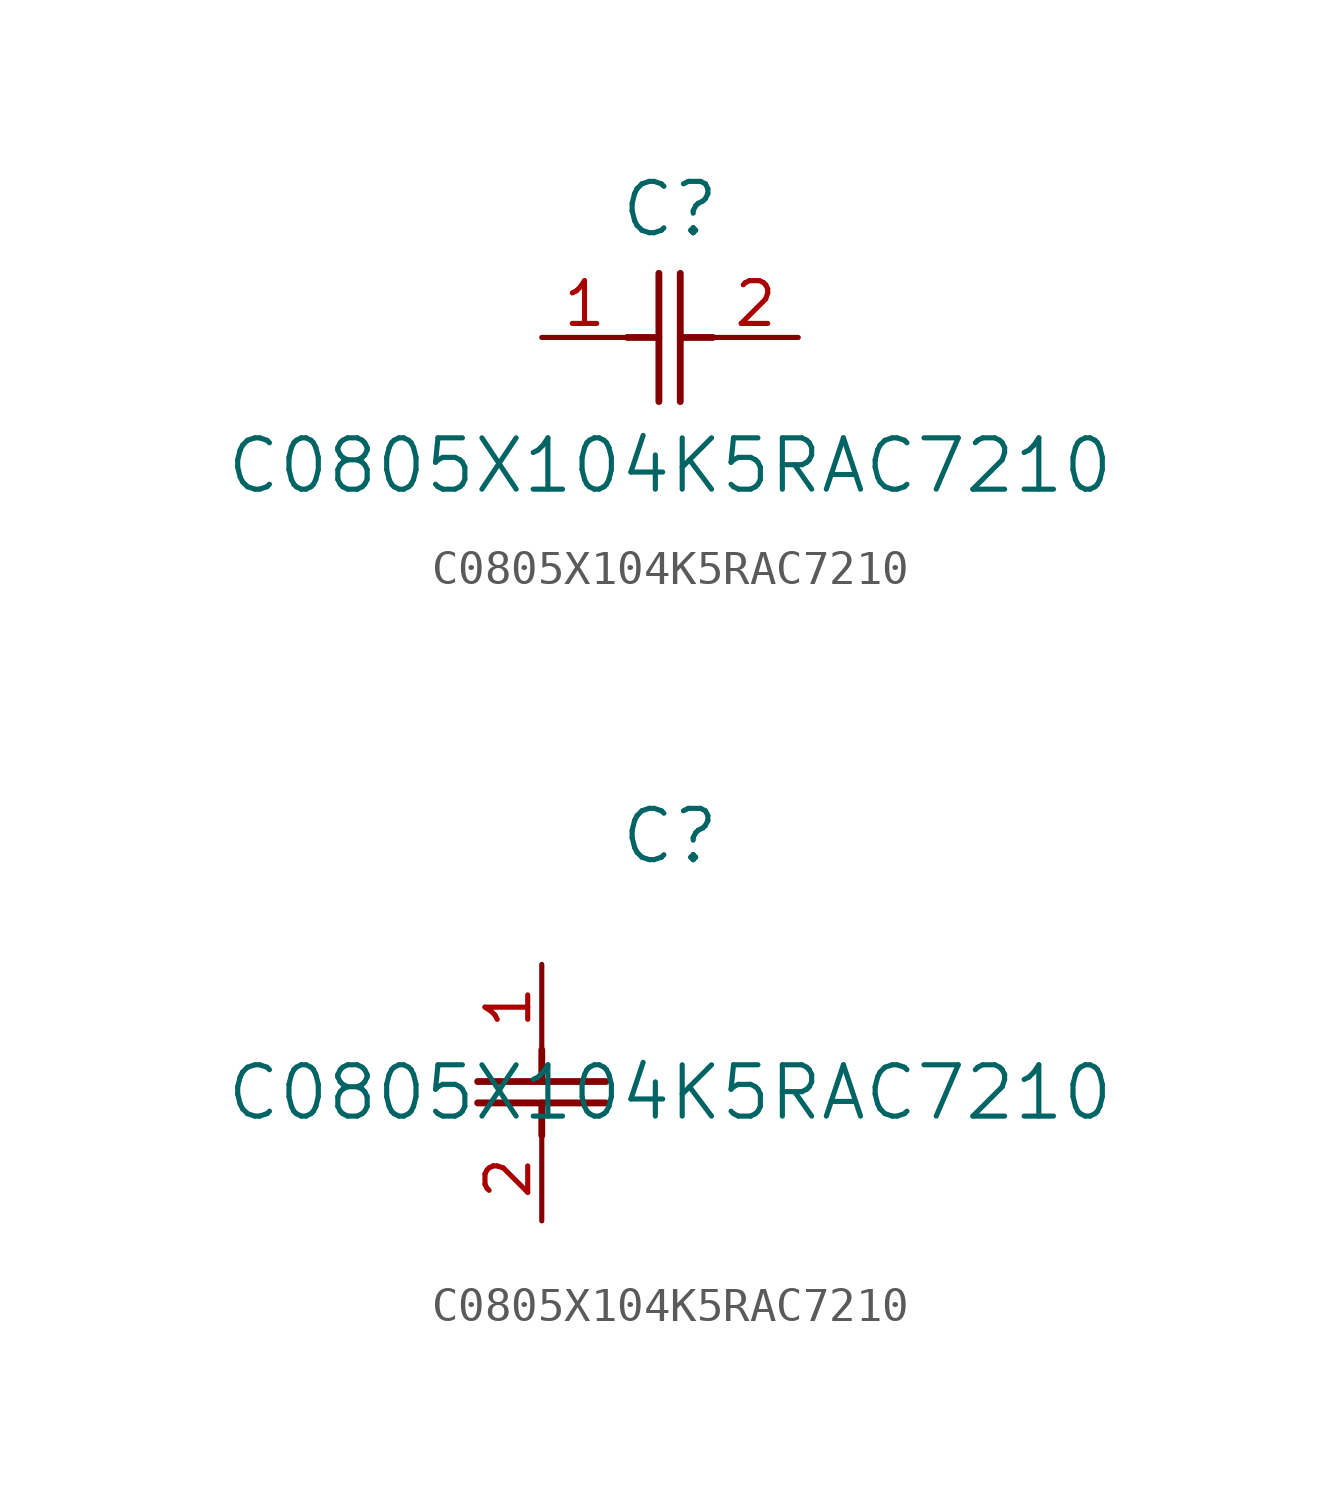
<source format=kicad_sym>
(kicad_symbol_lib
  (version 20211014)
  (generator kicad_symbol_editor)
  (symbol "C0805X104K5RAC7210"
    (pin_names
      (offset 0.254))
    (property "Reference" "C"
      (at 3.81 3.81 0)
      (effects (font (size 1.524 1.524))))
    (property "Value" "C0805X104K5RAC7210"
      (at 3.81 -3.81 0)
      (effects (font (size 1.524 1.524))))
    (symbol "C0805X104K5RAC7210_1_1"
      (polyline (pts (xy 3.48 -1.905) (xy 3.48 1.905)) (stroke (width 0.203) (type default) (color 0 0 0 0)) (fill (type none)))
      (polyline (pts (xy 4.115 -1.905) (xy 4.115 1.905)) (stroke (width 0.203) (type default) (color 0 0 0 0)) (fill (type none)))
      (polyline (pts (xy 4.115 0) (xy 5.08 0)) (stroke (width 0.203) (type default) (color 0 0 0 0)) (fill (type none)))
      (polyline (pts (xy 2.54 0) (xy 3.48 0)) (stroke (width 0.203) (type default) (color 0 0 0 0)) (fill (type none)))
      (pin unspecified line (at 0 0 0) (length 2.54) (name "" (effects (font (size 1.27 1.27)))) (number "1" (effects (font (size 1.27 1.27)))))
      (pin unspecified line (at 7.62 0 180) (length 2.54) (name "" (effects (font (size 1.27 1.27)))) (number "2" (effects (font (size 1.27 1.27))))))
    (symbol "C0805X104K5RAC7210_1_2"
      (polyline (pts (xy -1.905 -3.48) (xy 1.905 -3.48)) (stroke (width 0.203) (type default) (color 0 0 0 0)) (fill (type none)))
      (polyline (pts (xy -1.905 -4.115) (xy 1.905 -4.115)) (stroke (width 0.203) (type default) (color 0 0 0 0)) (fill (type none)))
      (polyline (pts (xy 0 -4.115) (xy 0 -5.08)) (stroke (width 0.203) (type default) (color 0 0 0 0)) (fill (type none)))
      (polyline (pts (xy 0 -2.54) (xy 0 -3.48)) (stroke (width 0.203) (type default) (color 0 0 0 0)) (fill (type none)))
      (pin unspecified line (at 0 0 270) (length 2.54) (name "" (effects (font (size 1.27 1.27)))) (number "1" (effects (font (size 1.27 1.27)))))
      (pin unspecified line (at 0 -7.62 90) (length 2.54) (name "" (effects (font (size 1.27 1.27)))) (number "2" (effects (font (size 1.27 1.27))))))))
</source>
